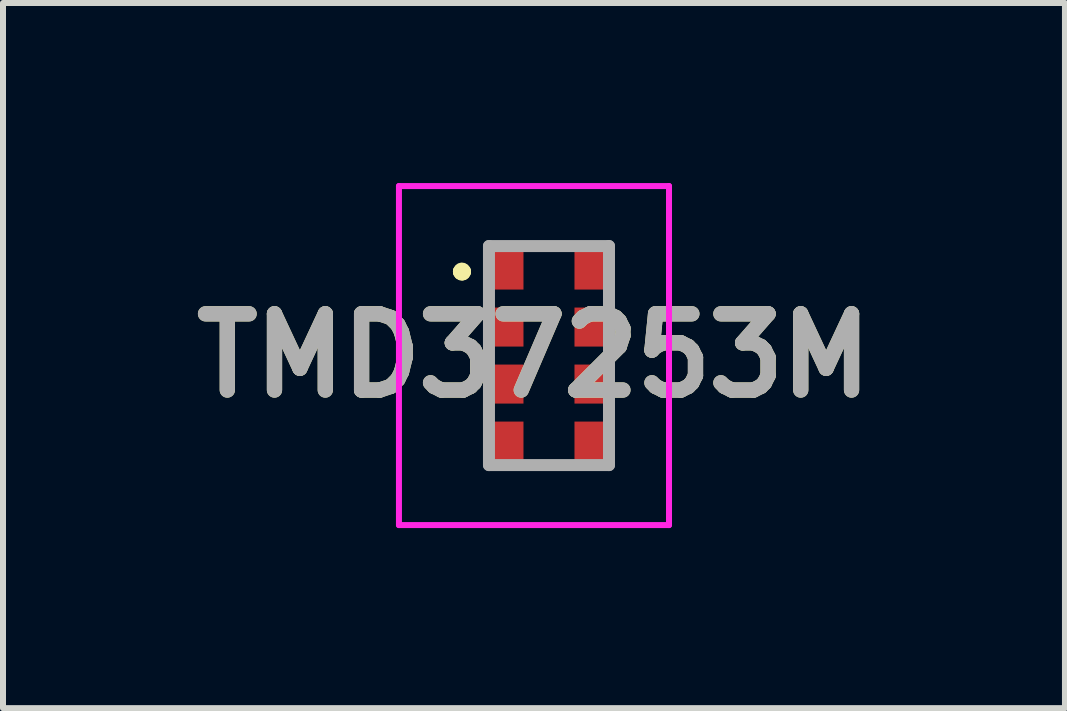
<source format=kicad_pcb>
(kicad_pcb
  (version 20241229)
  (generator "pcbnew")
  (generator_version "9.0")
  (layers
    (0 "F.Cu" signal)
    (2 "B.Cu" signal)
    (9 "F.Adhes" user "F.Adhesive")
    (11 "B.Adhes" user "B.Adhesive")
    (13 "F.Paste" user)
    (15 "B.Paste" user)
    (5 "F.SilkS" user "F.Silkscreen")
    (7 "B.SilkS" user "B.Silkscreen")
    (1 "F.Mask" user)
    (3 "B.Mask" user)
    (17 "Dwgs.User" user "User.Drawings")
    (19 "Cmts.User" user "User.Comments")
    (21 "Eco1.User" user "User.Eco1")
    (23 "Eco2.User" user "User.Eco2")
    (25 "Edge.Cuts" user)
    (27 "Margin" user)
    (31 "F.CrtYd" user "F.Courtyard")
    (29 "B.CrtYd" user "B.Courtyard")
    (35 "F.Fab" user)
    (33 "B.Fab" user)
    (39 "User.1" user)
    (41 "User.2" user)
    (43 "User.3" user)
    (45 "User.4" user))
  (footprint "TMD37253M"
    (layer "F.Cu")
    (at 6.098 2.875)
    (property "Reference" "TMD37253M" (at -0.25 0 0) (layer "F.SilkS") (effects (font (size 1.27 1.27) (thickness 0.254))))
    (attr smd)
    (fp_line (start -1.5 -1.4) (end -1.5 -1.4) (stroke (width 0.2) (type solid)) (layer "F.SilkS"))
    (fp_line (start -1.5 -1.4) (end -1.5 -1.4) (stroke (width 0.2) (type solid)) (layer "F.SilkS"))
    (fp_line (start -1.4 -1.4) (end -1.4 -1.4) (stroke (width 0.2) (type solid)) (layer "F.SilkS"))
    (fp_line (start -0.2 -1.825) (end -0.2 -1.825) (stroke (width 0.1) (type solid)) (layer "F.SilkS"))
    (fp_line (start -0.2 -1.825) (end 0.2 -1.825) (stroke (width 0.1) (type solid)) (layer "F.SilkS"))
    (fp_line (start -0.2 1.8) (end -0.2 1.825) (stroke (width 0.1) (type solid)) (layer "F.SilkS"))
    (fp_line (start -0.2 1.825) (end 0.2 1.825) (stroke (width 0.1) (type solid)) (layer "F.SilkS"))
    (fp_line (start 0.2 -1.825) (end -0.2 -1.825) (stroke (width 0.1) (type solid)) (layer "F.SilkS"))
    (fp_line (start 0.2 -1.825) (end 0.2 -1.825) (stroke (width 0.1) (type solid)) (layer "F.SilkS"))
    (fp_line (start 0.2 1.8) (end -0.2 1.8) (stroke (width 0.1) (type solid)) (layer "F.SilkS"))
    (fp_line (start 0.2 1.825) (end 0.2 1.8) (stroke (width 0.1) (type solid)) (layer "F.SilkS"))
    (fp_arc (start -1.5 -1.4) (mid -1.45 -1.45) (end -1.4 -1.4) (stroke (width 0.2) (type solid)) (layer "F.SilkS"))
    (fp_arc (start -1.4 -1.4) (mid -1.45 -1.35) (end -1.5 -1.4) (stroke (width 0.2) (type solid)) (layer "F.SilkS"))
    (fp_arc (start -1.4 -1.4) (mid -1.45 -1.35) (end -1.5 -1.4) (stroke (width 0.2) (type solid)) (layer "F.SilkS"))
    (fp_line (start -2.5 -2.825) (end 2 -2.825) (stroke (width 0.1) (type solid)) (layer "F.CrtYd"))
    (fp_line (start -2.5 2.825) (end -2.5 -2.825) (stroke (width 0.1) (type solid)) (layer "F.CrtYd"))
    (fp_line (start 2 -2.825) (end 2 2.825) (stroke (width 0.1) (type solid)) (layer "F.CrtYd"))
    (fp_line (start 2 2.825) (end -2.5 2.825) (stroke (width 0.1) (type solid)) (layer "F.CrtYd"))
    (fp_line (start -1 -1.825) (end -1 1.825) (stroke (width 0.2) (type solid)) (layer "F.Fab"))
    (fp_line (start -1 1.825) (end 1 1.825) (stroke (width 0.2) (type solid)) (layer "F.Fab"))
    (fp_line (start 1 -1.825) (end -1 -1.825) (stroke (width 0.2) (type solid)) (layer "F.Fab"))
    (fp_line (start 1 1.825) (end 1 -1.825) (stroke (width 0.2) (type solid)) (layer "F.Fab"))
    (fp_text user "${REFERENCE}" (at -0.25 0 0) (layer "F.Fab") (effects (font (size 1.27 1.27) (thickness 0.254))))
    (pad "1" smd rect (at -0.675 -1.425) (size 0.5 0.65) (layers "F.Cu" "F.Mask" "F.Paste"))
    (pad "2" smd rect (at -0.675 -0.475) (size 0.5 0.65) (layers "F.Cu" "F.Mask" "F.Paste"))
    (pad "3" smd rect (at -0.675 0.475) (size 0.5 0.65) (layers "F.Cu" "F.Mask" "F.Paste"))
    (pad "4" smd rect (at -0.675 1.425) (size 0.5 0.65) (layers "F.Cu" "F.Mask" "F.Paste"))
    (pad "5" smd rect (at 0.675 1.425) (size 0.5 0.65) (layers "F.Cu" "F.Mask" "F.Paste"))
    (pad "6" smd rect (at 0.675 0.475) (size 0.5 0.65) (layers "F.Cu" "F.Mask" "F.Paste"))
    (pad "7" smd rect (at 0.675 -0.475) (size 0.5 0.65) (layers "F.Cu" "F.Mask" "F.Paste"))
    (pad "8" smd rect (at 0.675 -1.425) (size 0.5 0.65) (layers "F.Cu" "F.Mask" "F.Paste")))
  (gr_rect
    (start -3 -3)
    (end 14.696 8.75)
    (stroke (width 0.1) (type default))
    (fill no)
    (layer "Edge.Cuts")))
</source>
